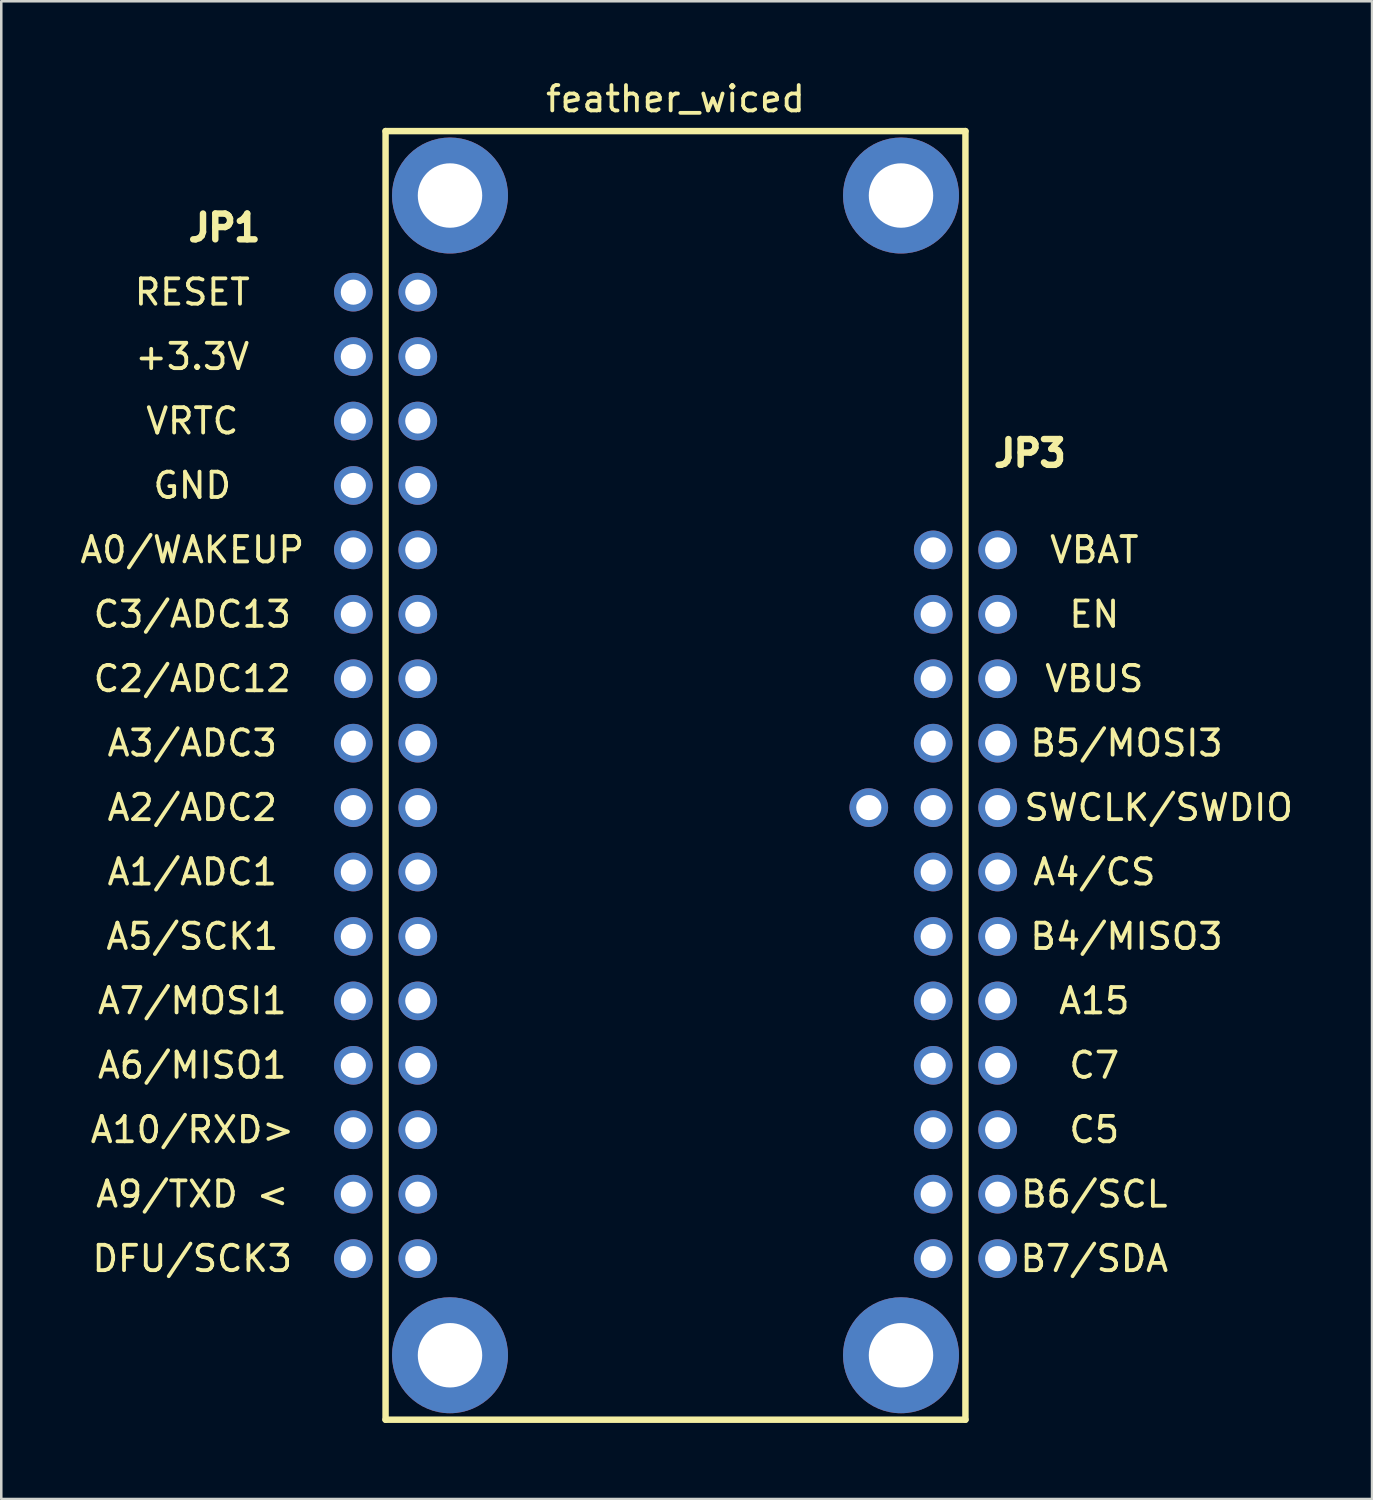
<source format=kicad_pcb>
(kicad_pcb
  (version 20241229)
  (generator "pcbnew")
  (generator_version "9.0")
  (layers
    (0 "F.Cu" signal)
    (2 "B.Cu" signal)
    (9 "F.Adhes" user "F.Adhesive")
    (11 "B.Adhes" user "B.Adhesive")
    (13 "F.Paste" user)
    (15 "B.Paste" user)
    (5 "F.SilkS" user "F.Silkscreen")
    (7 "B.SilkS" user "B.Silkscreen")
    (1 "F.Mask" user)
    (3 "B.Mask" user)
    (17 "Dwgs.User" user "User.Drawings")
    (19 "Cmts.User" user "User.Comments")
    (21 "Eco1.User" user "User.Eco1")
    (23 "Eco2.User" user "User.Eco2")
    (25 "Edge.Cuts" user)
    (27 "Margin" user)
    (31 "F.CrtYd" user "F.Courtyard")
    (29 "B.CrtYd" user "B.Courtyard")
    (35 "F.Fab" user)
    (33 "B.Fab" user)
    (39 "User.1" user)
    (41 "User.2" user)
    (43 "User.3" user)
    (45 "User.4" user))
  (footprint "feather_wiced"
    (layer "F.Cu")
    (at 23.58 27.518)
    (property "Reference" "feather_wiced" (at 0 -26.67 0) (layer "F.SilkS") (effects (font (size 1 1) (thickness 0.15))))
    (attr through_hole)
    (fp_line (start -11.43 -25.4) (end -11.43 25.4) (stroke (width 0.254) (type solid)) (layer "F.SilkS"))
    (fp_line (start -11.43 -25.4) (end 11.43 -25.4) (stroke (width 0.254) (type solid)) (layer "F.SilkS"))
    (fp_line (start -11.43 25.4) (end 11.43 25.4) (stroke (width 0.254) (type solid)) (layer "F.SilkS"))
    (fp_line (start 11.43 -25.4) (end 11.43 25.4) (stroke (width 0.254) (type solid)) (layer "F.SilkS"))
    (fp_text user "A3/ADC3" (at -19.05 -1.27 0) (layer "F.SilkS") (effects (font (size 1 1) (thickness 0.15))))
    (fp_text user "EN" (at 16.51 -6.35 0) (layer "F.SilkS") (effects (font (size 1 1) (thickness 0.15))))
    (fp_text user "VBAT" (at 16.51 -8.89 0) (layer "F.SilkS") (effects (font (size 1 1) (thickness 0.15))))
    (fp_text user "+3.3V" (at -19.05 -16.51 0) (layer "F.SilkS") (effects (font (size 1 1) (thickness 0.15))))
    (fp_text user "B7/SDA" (at 16.51 19.05 0) (layer "F.SilkS") (effects (font (size 1 1) (thickness 0.15))))
    (fp_text user "A5/SCK1" (at -19.05 6.35 0) (layer "F.SilkS") (effects (font (size 1 1) (thickness 0.15))))
    (fp_text user "RESET" (at -19.05 -19.05 0) (layer "F.SilkS") (effects (font (size 1 1) (thickness 0.15))))
    (fp_text user "SWCLK/SWDIO" (at 19.05 1.27 0) (layer "F.SilkS") (effects (font (size 1 1) (thickness 0.15))))
    (fp_text user "B4/MISO3" (at 17.78 6.35 0) (layer "F.SilkS") (effects (font (size 1 1) (thickness 0.15))))
    (fp_text user "B6/SCL" (at 16.51 16.51 0) (layer "F.SilkS") (effects (font (size 1 1) (thickness 0.15))))
    (fp_text user "VBUS" (at 16.51 -3.81 0) (layer "F.SilkS") (effects (font (size 1 1) (thickness 0.15))))
    (fp_text user "JP1" (at -17.78 -21.59 0) (layer "F.SilkS") (effects (font (size 1.016 1.016) (thickness 0.254))))
    (fp_text user "DFU/SCK3" (at -19.05 19.05 0) (layer "F.SilkS") (effects (font (size 1 1) (thickness 0.15))))
    (fp_text user "VRTC" (at -19.05 -13.97 0) (layer "F.SilkS") (effects (font (size 1 1) (thickness 0.15))))
    (fp_text user "A6/MISO1" (at -19.05 11.43 0) (layer "F.SilkS") (effects (font (size 1 1) (thickness 0.15))))
    (fp_text user "C2/ADC12" (at -19.05 -3.81 0) (layer "F.SilkS") (effects (font (size 1 1) (thickness 0.15))))
    (fp_text user "A15" (at 16.51 8.89 0) (layer "F.SilkS") (effects (font (size 1 1) (thickness 0.15))))
    (fp_text user "C3/ADC13" (at -19.05 -6.35 0) (layer "F.SilkS") (effects (font (size 1 1) (thickness 0.15))))
    (fp_text user "A1/ADC1" (at -19.05 3.81 0) (layer "F.SilkS") (effects (font (size 1 1) (thickness 0.15))))
    (fp_text user "A9/TXD <" (at -19.05 16.51 0) (layer "F.SilkS") (effects (font (size 1 1) (thickness 0.15))))
    (fp_text user "A4/CS" (at 16.51 3.81 0) (layer "F.SilkS") (effects (font (size 1 1) (thickness 0.15))))
    (fp_text user "JP3" (at 13.97 -12.7 0) (layer "F.SilkS") (effects (font (size 1.016 1.016) (thickness 0.254))))
    (fp_text user "C5" (at 16.51 13.97 0) (layer "F.SilkS") (effects (font (size 1 1) (thickness 0.15))))
    (fp_text user "A2/ADC2" (at -19.05 1.27 0) (layer "F.SilkS") (effects (font (size 1 1) (thickness 0.15))))
    (fp_text user "C7" (at 16.51 11.43 0) (layer "F.SilkS") (effects (font (size 1 1) (thickness 0.15))))
    (fp_text user "GND" (at -19.05 -11.43 0) (layer "F.SilkS") (effects (font (size 1 1) (thickness 0.15))))
    (fp_text user "A10/RXD>" (at -19.05 13.97 0) (layer "F.SilkS") (effects (font (size 1 1) (thickness 0.15))))
    (fp_text user "B5/MOSI3" (at 17.78 -1.27 0) (layer "F.SilkS") (effects (font (size 1 1) (thickness 0.15))))
    (fp_text user "A0/WAKEUP" (at -19.05 -8.89 0) (layer "F.SilkS") (effects (font (size 1 1) (thickness 0.15))))
    (fp_text user "A7/MOSI1" (at -19.05 8.89 0) (layer "F.SilkS") (effects (font (size 1 1) (thickness 0.15))))
    (pad "0" thru_hole circle (at -8.89 -22.86) (size 4.572 4.572) (drill 2.54) (layers "*.Cu" "*.Mask"))
    (pad "0" thru_hole circle (at -8.89 22.86) (size 4.572 4.572) (drill 2.54) (layers "*.Cu" "*.Mask"))
    (pad "0" thru_hole circle (at 8.89 -22.86) (size 4.572 4.572) (drill 2.54) (layers "*.Cu" "*.Mask"))
    (pad "0" thru_hole circle (at 8.89 22.86) (size 4.572 4.572) (drill 2.54) (layers "*.Cu" "*.Mask"))
    (pad "1" thru_hole circle (at -12.7 19.05) (size 1.524 1.524) (drill 0.991) (layers "*.Cu" "*.Mask"))
    (pad "1" thru_hole circle (at -10.16 19.05) (size 1.524 1.524) (drill 0.991) (layers "*.Cu" "*.Mask"))
    (pad "1" thru_hole circle (at 7.62 1.27) (size 1.524 1.524) (drill 0.991) (layers "*.Cu" "*.Mask"))
    (pad "1" thru_hole circle (at 10.16 -8.89) (size 1.524 1.524) (drill 0.991) (layers "*.Cu" "*.Mask"))
    (pad "1" thru_hole circle (at 12.7 -8.89) (size 1.524 1.524) (drill 0.991) (layers "*.Cu" "*.Mask"))
    (pad "2" thru_hole circle (at -12.7 16.51) (size 1.524 1.524) (drill 0.991) (layers "*.Cu" "*.Mask"))
    (pad "2" thru_hole circle (at -10.16 16.51) (size 1.524 1.524) (drill 0.991) (layers "*.Cu" "*.Mask"))
    (pad "2" thru_hole circle (at 10.16 -6.35) (size 1.524 1.524) (drill 0.991) (layers "*.Cu" "*.Mask"))
    (pad "2" thru_hole circle (at 12.7 -6.35) (size 1.524 1.524) (drill 0.991) (layers "*.Cu" "*.Mask"))
    (pad "3" thru_hole circle (at -12.7 13.97) (size 1.524 1.524) (drill 0.991) (layers "*.Cu" "*.Mask"))
    (pad "3" thru_hole circle (at -10.16 13.97) (size 1.524 1.524) (drill 0.991) (layers "*.Cu" "*.Mask"))
    (pad "3" thru_hole circle (at 10.16 -3.81) (size 1.524 1.524) (drill 0.991) (layers "*.Cu" "*.Mask"))
    (pad "3" thru_hole circle (at 12.7 -3.81) (size 1.524 1.524) (drill 0.991) (layers "*.Cu" "*.Mask"))
    (pad "4" thru_hole circle (at -12.7 11.43) (size 1.524 1.524) (drill 0.991) (layers "*.Cu" "*.Mask"))
    (pad "4" thru_hole circle (at -10.16 11.43) (size 1.524 1.524) (drill 0.991) (layers "*.Cu" "*.Mask"))
    (pad "4" thru_hole circle (at 10.16 -1.27) (size 1.524 1.524) (drill 0.991) (layers "*.Cu" "*.Mask"))
    (pad "4" thru_hole circle (at 12.7 -1.27) (size 1.524 1.524) (drill 0.991) (layers "*.Cu" "*.Mask"))
    (pad "5" thru_hole circle (at -12.7 8.89) (size 1.524 1.524) (drill 0.991) (layers "*.Cu" "*.Mask"))
    (pad "5" thru_hole circle (at -10.16 8.89) (size 1.524 1.524) (drill 0.991) (layers "*.Cu" "*.Mask"))
    (pad "5" thru_hole circle (at 10.16 1.27) (size 1.524 1.524) (drill 0.991) (layers "*.Cu" "*.Mask"))
    (pad "5" thru_hole circle (at 12.7 1.27) (size 1.524 1.524) (drill 0.991) (layers "*.Cu" "*.Mask"))
    (pad "6" thru_hole circle (at -12.7 6.35) (size 1.524 1.524) (drill 0.991) (layers "*.Cu" "*.Mask"))
    (pad "6" thru_hole circle (at -10.16 6.35) (size 1.524 1.524) (drill 0.991) (layers "*.Cu" "*.Mask"))
    (pad "6" thru_hole circle (at 10.16 3.81) (size 1.524 1.524) (drill 0.991) (layers "*.Cu" "*.Mask"))
    (pad "6" thru_hole circle (at 12.7 3.81) (size 1.524 1.524) (drill 0.991) (layers "*.Cu" "*.Mask"))
    (pad "7" thru_hole circle (at -12.7 3.81) (size 1.524 1.524) (drill 0.991) (layers "*.Cu" "*.Mask"))
    (pad "7" thru_hole circle (at -10.16 3.81) (size 1.524 1.524) (drill 0.991) (layers "*.Cu" "*.Mask"))
    (pad "7" thru_hole circle (at 10.16 6.35) (size 1.524 1.524) (drill 0.991) (layers "*.Cu" "*.Mask"))
    (pad "7" thru_hole circle (at 12.7 6.35) (size 1.524 1.524) (drill 0.991) (layers "*.Cu" "*.Mask"))
    (pad "8" thru_hole circle (at -12.7 1.27) (size 1.524 1.524) (drill 0.991) (layers "*.Cu" "*.Mask"))
    (pad "8" thru_hole circle (at -10.16 1.27) (size 1.524 1.524) (drill 0.991) (layers "*.Cu" "*.Mask"))
    (pad "8" thru_hole circle (at 10.16 8.89) (size 1.524 1.524) (drill 0.991) (layers "*.Cu" "*.Mask"))
    (pad "8" thru_hole circle (at 12.7 8.89) (size 1.524 1.524) (drill 0.991) (layers "*.Cu" "*.Mask"))
    (pad "9" thru_hole circle (at -12.7 -1.27) (size 1.524 1.524) (drill 0.991) (layers "*.Cu" "*.Mask"))
    (pad "9" thru_hole circle (at -10.16 -1.27) (size 1.524 1.524) (drill 0.991) (layers "*.Cu" "*.Mask"))
    (pad "9" thru_hole circle (at 10.16 11.43) (size 1.524 1.524) (drill 0.991) (layers "*.Cu" "*.Mask"))
    (pad "9" thru_hole circle (at 12.7 11.43) (size 1.524 1.524) (drill 0.991) (layers "*.Cu" "*.Mask"))
    (pad "10" thru_hole circle (at -12.7 -3.81) (size 1.524 1.524) (drill 0.991) (layers "*.Cu" "*.Mask"))
    (pad "10" thru_hole circle (at -10.16 -3.81) (size 1.524 1.524) (drill 0.991) (layers "*.Cu" "*.Mask"))
    (pad "10" thru_hole circle (at 10.16 13.97) (size 1.524 1.524) (drill 0.991) (layers "*.Cu" "*.Mask"))
    (pad "10" thru_hole circle (at 12.7 13.97) (size 1.524 1.524) (drill 0.991) (layers "*.Cu" "*.Mask"))
    (pad "11" thru_hole circle (at -12.7 -6.35) (size 1.524 1.524) (drill 0.991) (layers "*.Cu" "*.Mask"))
    (pad "11" thru_hole circle (at -10.16 -6.35) (size 1.524 1.524) (drill 0.991) (layers "*.Cu" "*.Mask"))
    (pad "11" thru_hole circle (at 10.16 16.51) (size 1.524 1.524) (drill 0.991) (layers "*.Cu" "*.Mask"))
    (pad "11" thru_hole circle (at 12.7 16.51) (size 1.524 1.524) (drill 0.991) (layers "*.Cu" "*.Mask"))
    (pad "12" thru_hole circle (at -12.7 -8.89) (size 1.524 1.524) (drill 0.991) (layers "*.Cu" "*.Mask"))
    (pad "12" thru_hole circle (at -10.16 -8.89) (size 1.524 1.524) (drill 0.991) (layers "*.Cu" "*.Mask"))
    (pad "12" thru_hole circle (at 10.16 19.05) (size 1.524 1.524) (drill 0.991) (layers "*.Cu" "*.Mask"))
    (pad "12" thru_hole circle (at 12.7 19.05) (size 1.524 1.524) (drill 0.991) (layers "*.Cu" "*.Mask"))
    (pad "13" thru_hole circle (at -12.7 -11.43) (size 1.524 1.524) (drill 0.991) (layers "*.Cu" "*.Mask"))
    (pad "13" thru_hole circle (at -10.16 -11.43) (size 1.524 1.524) (drill 0.991) (layers "*.Cu" "*.Mask"))
    (pad "14" thru_hole circle (at -12.7 -13.97) (size 1.524 1.524) (drill 0.991) (layers "*.Cu" "*.Mask"))
    (pad "14" thru_hole circle (at -10.16 -13.97) (size 1.524 1.524) (drill 0.991) (layers "*.Cu" "*.Mask"))
    (pad "15" thru_hole circle (at -12.7 -16.51) (size 1.524 1.524) (drill 0.991) (layers "*.Cu" "*.Mask"))
    (pad "15" thru_hole circle (at -10.16 -16.51) (size 1.524 1.524) (drill 0.991) (layers "*.Cu" "*.Mask"))
    (pad "16" thru_hole circle (at -12.7 -19.05) (size 1.524 1.524) (drill 0.991) (layers "*.Cu" "*.Mask"))
    (pad "16" thru_hole circle (at -10.16 -19.05) (size 1.524 1.524) (drill 0.991) (layers "*.Cu" "*.Mask")))
  (gr_rect
    (start -3 -3)
    (end 51.04 56.045)
    (stroke (width 0.1) (type default))
    (fill no)
    (layer "Edge.Cuts")))
</source>
